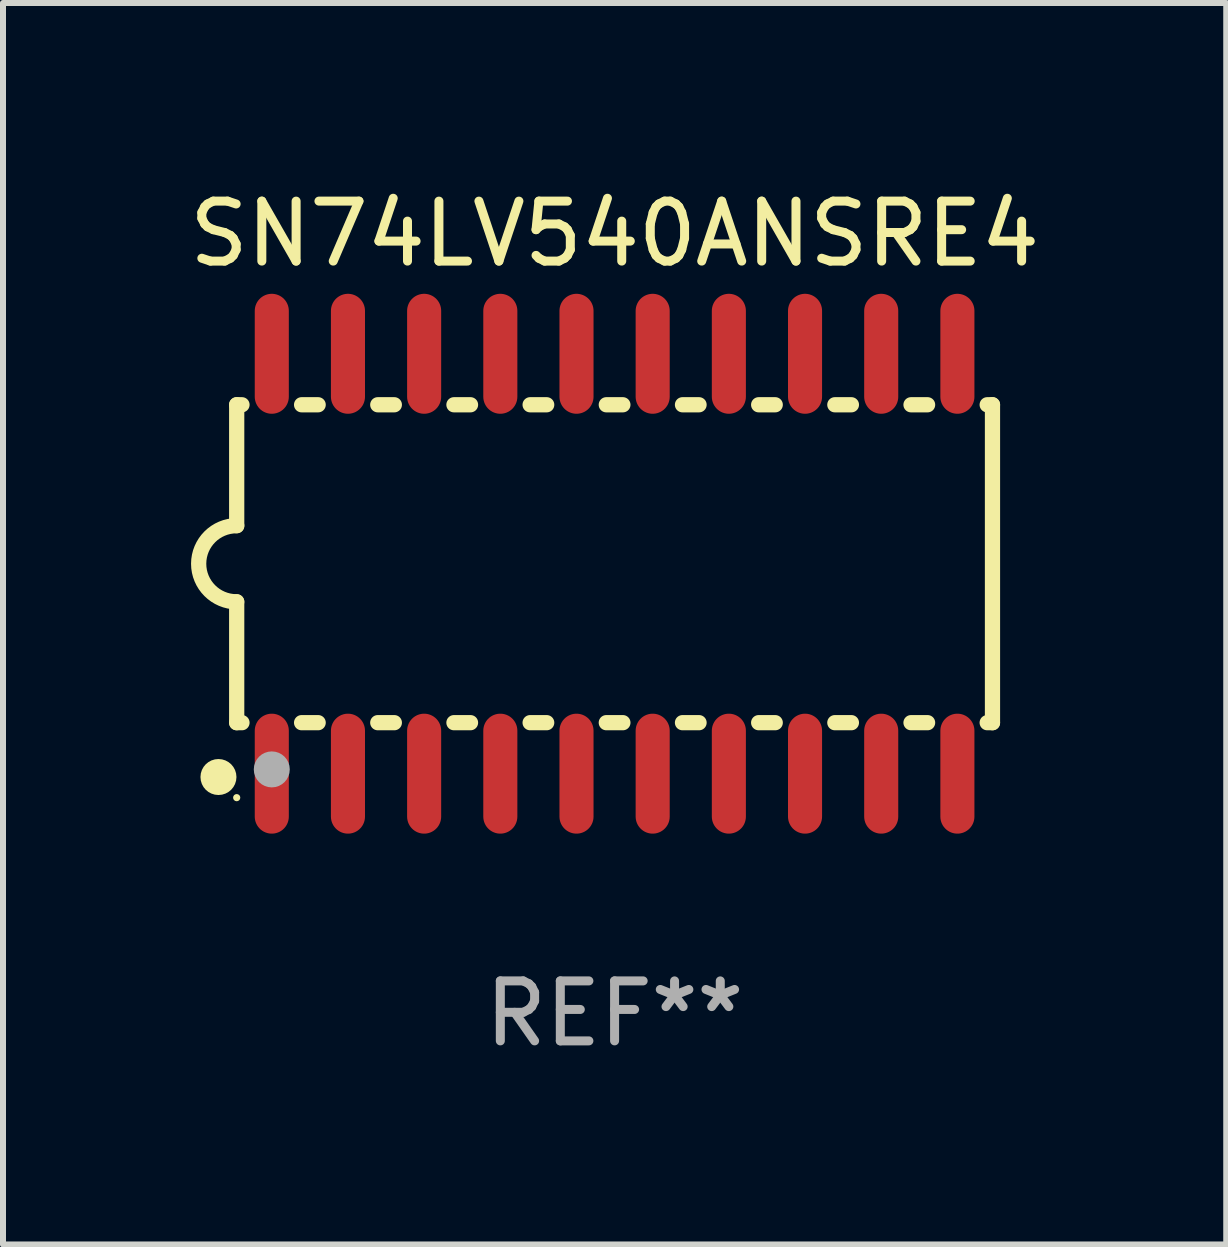
<source format=kicad_pcb>
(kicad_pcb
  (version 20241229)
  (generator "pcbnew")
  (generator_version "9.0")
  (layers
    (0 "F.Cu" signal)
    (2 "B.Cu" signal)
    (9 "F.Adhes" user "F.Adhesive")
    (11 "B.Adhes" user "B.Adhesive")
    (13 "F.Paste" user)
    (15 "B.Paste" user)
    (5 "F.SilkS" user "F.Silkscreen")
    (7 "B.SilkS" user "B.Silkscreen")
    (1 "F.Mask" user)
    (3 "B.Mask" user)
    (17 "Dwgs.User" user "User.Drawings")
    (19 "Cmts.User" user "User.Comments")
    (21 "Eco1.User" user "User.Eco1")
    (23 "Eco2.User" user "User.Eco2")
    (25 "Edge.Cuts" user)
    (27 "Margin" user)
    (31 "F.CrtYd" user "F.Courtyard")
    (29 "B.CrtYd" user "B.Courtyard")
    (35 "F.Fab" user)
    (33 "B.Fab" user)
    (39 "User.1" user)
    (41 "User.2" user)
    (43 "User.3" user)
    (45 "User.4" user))
  (footprint "SN74LV540ANSRE4"
    (layer "F.Cu")
    (at 7.196 6.348)
    (property "Reference" "SN74LV540ANSRE4" (at 0 -5.5 0) (layer "F.SilkS") (effects (font (size 1 1) (thickness 0.15))))
    (attr through_hole)
    (fp_line (start -6.3 -2.65) (end -6.3 -0.635) (stroke (width 0.254) (type solid)) (layer "F.SilkS"))
    (fp_line (start -6.3 -2.65) (end -6.212 -2.65) (stroke (width 0.254) (type solid)) (layer "F.SilkS"))
    (fp_line (start -6.3 2.65) (end -6.3 0.635) (stroke (width 0.254) (type solid)) (layer "F.SilkS"))
    (fp_line (start -6.3 2.65) (end -6.212 2.65) (stroke (width 0.254) (type solid)) (layer "F.SilkS"))
    (fp_line (start -5.218 -2.65) (end -4.942 -2.65) (stroke (width 0.254) (type solid)) (layer "F.SilkS"))
    (fp_line (start -5.218 2.65) (end -4.942 2.65) (stroke (width 0.254) (type solid)) (layer "F.SilkS"))
    (fp_line (start -3.948 -2.65) (end -3.672 -2.65) (stroke (width 0.254) (type solid)) (layer "F.SilkS"))
    (fp_line (start -3.948 2.65) (end -3.672 2.65) (stroke (width 0.254) (type solid)) (layer "F.SilkS"))
    (fp_line (start -2.678 -2.65) (end -2.402 -2.65) (stroke (width 0.254) (type solid)) (layer "F.SilkS"))
    (fp_line (start -2.678 2.65) (end -2.402 2.65) (stroke (width 0.254) (type solid)) (layer "F.SilkS"))
    (fp_line (start -1.408 -2.65) (end -1.132 -2.65) (stroke (width 0.254) (type solid)) (layer "F.SilkS"))
    (fp_line (start -1.408 2.65) (end -1.132 2.65) (stroke (width 0.254) (type solid)) (layer "F.SilkS"))
    (fp_line (start -0.138 -2.65) (end 0.138 -2.65) (stroke (width 0.254) (type solid)) (layer "F.SilkS"))
    (fp_line (start -0.138 2.65) (end 0.138 2.65) (stroke (width 0.254) (type solid)) (layer "F.SilkS"))
    (fp_line (start 1.132 -2.65) (end 1.408 -2.65) (stroke (width 0.254) (type solid)) (layer "F.SilkS"))
    (fp_line (start 1.132 2.65) (end 1.408 2.65) (stroke (width 0.254) (type solid)) (layer "F.SilkS"))
    (fp_line (start 2.402 -2.65) (end 2.678 -2.65) (stroke (width 0.254) (type solid)) (layer "F.SilkS"))
    (fp_line (start 2.402 2.65) (end 2.678 2.65) (stroke (width 0.254) (type solid)) (layer "F.SilkS"))
    (fp_line (start 3.672 -2.65) (end 3.948 -2.65) (stroke (width 0.254) (type solid)) (layer "F.SilkS"))
    (fp_line (start 3.672 2.65) (end 3.948 2.65) (stroke (width 0.254) (type solid)) (layer "F.SilkS"))
    (fp_line (start 4.942 -2.65) (end 5.218 -2.65) (stroke (width 0.254) (type solid)) (layer "F.SilkS"))
    (fp_line (start 4.942 2.65) (end 5.218 2.65) (stroke (width 0.254) (type solid)) (layer "F.SilkS"))
    (fp_line (start 6.212 -2.65) (end 6.3 -2.65) (stroke (width 0.254) (type solid)) (layer "F.SilkS"))
    (fp_line (start 6.212 2.65) (end 6.3 2.65) (stroke (width 0.254) (type solid)) (layer "F.SilkS"))
    (fp_line (start 6.3 -2.65) (end 6.3 2.65) (stroke (width 0.254) (type solid)) (layer "F.SilkS"))
    (fp_arc (start -6.299975 0.634874) (mid -6.933579 0.000127) (end -6.299213 -0.633858) (stroke (width 0.254001) (type solid)) (layer "F.SilkS"))
    (fp_circle (center -6.604 3.556) (end -6.454 3.556) (stroke (width 0.3) (type solid)) (fill no) (layer "F.SilkS"))
    (fp_circle (center -6.3 3.9) (end -6.27 3.9) (stroke (width 0.06) (type solid)) (fill no) (layer "F.SilkS"))
    (fp_circle (center -5.715 3.429) (end -5.565 3.429) (stroke (width 0.3) (type solid)) (fill no) (layer "F.Fab"))
    (fp_text user "REF**" (at 0 7.5 0) (layer "F.Fab") (effects (font (size 1 1) (thickness 0.15))))
    (pad "1" smd oval (at -5.715 3.5) (size 0.568 2) (layers "F.Cu" "F.Mask" "F.Paste"))
    (pad "2" smd oval (at -4.445 3.5) (size 0.568 2) (layers "F.Cu" "F.Mask" "F.Paste"))
    (pad "3" smd oval (at -3.175 3.5) (size 0.568 2) (layers "F.Cu" "F.Mask" "F.Paste"))
    (pad "4" smd oval (at -1.905 3.5) (size 0.568 2) (layers "F.Cu" "F.Mask" "F.Paste"))
    (pad "5" smd oval (at -0.635 3.5) (size 0.568 2) (layers "F.Cu" "F.Mask" "F.Paste"))
    (pad "6" smd oval (at 0.635 3.5) (size 0.568 2) (layers "F.Cu" "F.Mask" "F.Paste"))
    (pad "7" smd oval (at 1.905 3.5) (size 0.568 2) (layers "F.Cu" "F.Mask" "F.Paste"))
    (pad "8" smd oval (at 3.175 3.5) (size 0.568 2) (layers "F.Cu" "F.Mask" "F.Paste"))
    (pad "9" smd oval (at 4.445 3.5) (size 0.568 2) (layers "F.Cu" "F.Mask" "F.Paste"))
    (pad "10" smd oval (at 5.715 3.5) (size 0.568 2) (layers "F.Cu" "F.Mask" "F.Paste"))
    (pad "11" smd oval (at 5.715 -3.5) (size 0.568 2) (layers "F.Cu" "F.Mask" "F.Paste"))
    (pad "12" smd oval (at 4.445 -3.5) (size 0.568 2) (layers "F.Cu" "F.Mask" "F.Paste"))
    (pad "13" smd oval (at 3.175 -3.5) (size 0.568 2) (layers "F.Cu" "F.Mask" "F.Paste"))
    (pad "14" smd oval (at 1.905 -3.5) (size 0.568 2) (layers "F.Cu" "F.Mask" "F.Paste"))
    (pad "15" smd oval (at 0.635 -3.5) (size 0.568 2) (layers "F.Cu" "F.Mask" "F.Paste"))
    (pad "16" smd oval (at -0.635 -3.5) (size 0.568 2) (layers "F.Cu" "F.Mask" "F.Paste"))
    (pad "17" smd oval (at -1.905 -3.5) (size 0.568 2) (layers "F.Cu" "F.Mask" "F.Paste"))
    (pad "18" smd oval (at -3.175 -3.5) (size 0.568 2) (layers "F.Cu" "F.Mask" "F.Paste"))
    (pad "19" smd oval (at -4.445 -3.5) (size 0.568 2) (layers "F.Cu" "F.Mask" "F.Paste"))
    (pad "20" smd oval (at -5.715 -3.5) (size 0.568 2) (layers "F.Cu" "F.Mask" "F.Paste")))
  (gr_rect
    (start -3 -3)
    (end 17.393 17.697)
    (stroke (width 0.1) (type default))
    (fill no)
    (layer "Edge.Cuts")))
</source>
